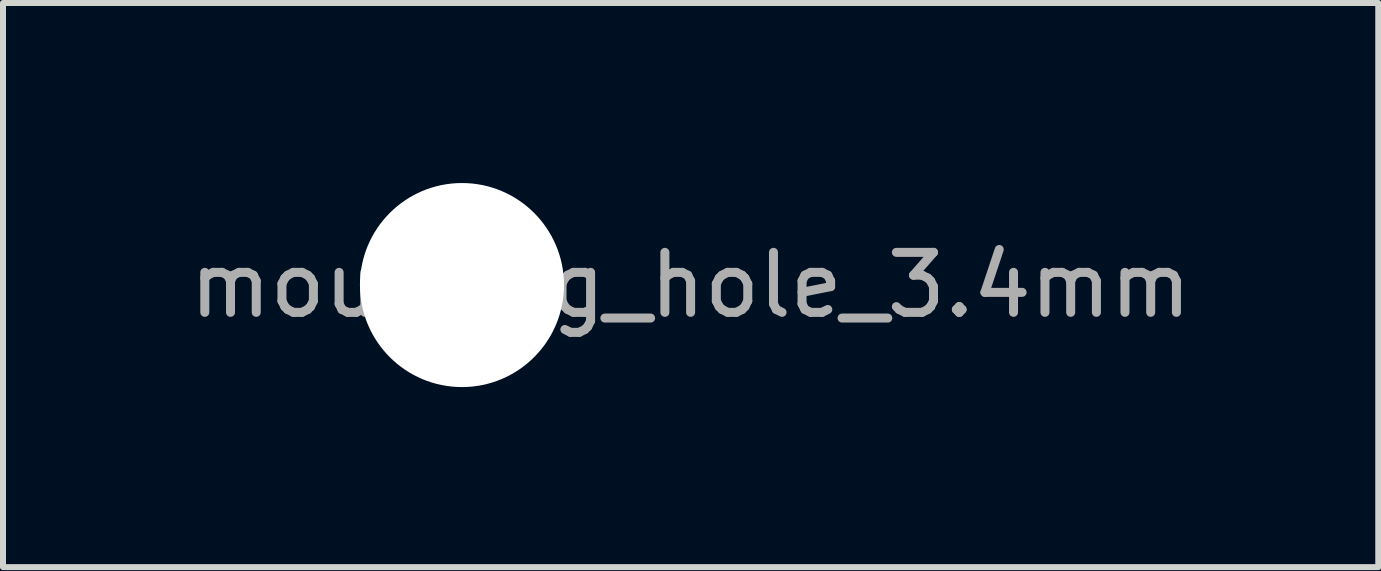
<source format=kicad_pcb>
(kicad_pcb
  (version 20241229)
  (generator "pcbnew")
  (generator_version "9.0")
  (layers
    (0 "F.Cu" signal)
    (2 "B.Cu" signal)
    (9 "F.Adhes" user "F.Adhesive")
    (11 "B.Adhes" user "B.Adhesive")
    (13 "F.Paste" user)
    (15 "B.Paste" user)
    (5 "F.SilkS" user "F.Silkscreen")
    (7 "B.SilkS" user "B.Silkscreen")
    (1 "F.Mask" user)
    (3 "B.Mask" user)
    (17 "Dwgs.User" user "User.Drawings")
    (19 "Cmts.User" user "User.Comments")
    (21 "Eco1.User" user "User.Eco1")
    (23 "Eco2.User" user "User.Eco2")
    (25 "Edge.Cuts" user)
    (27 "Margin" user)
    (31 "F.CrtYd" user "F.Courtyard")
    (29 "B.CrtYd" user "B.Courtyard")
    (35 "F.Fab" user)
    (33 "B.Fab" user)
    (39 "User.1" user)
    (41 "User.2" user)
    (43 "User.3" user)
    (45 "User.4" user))
  (footprint "mounting_hole_3.4mm"
    (layer "F.Cu")
    (at 4.648 1.7)
    (property "Reference" "mounting_hole_3.4mm" (at 3.81 0 0) (layer "F.Fab") (effects (font (size 1 1) (thickness 0.15))))
    (attr through_hole)
    (pad "" np_thru_hole circle (at 0 0) (size 3.4 3.4) (drill 3.4) (layers "*.Cu" "*.Mask")))
  (gr_rect
    (start -3 -3)
    (end 19.917 6.4)
    (stroke (width 0.1) (type default))
    (fill no)
    (layer "Edge.Cuts")))
</source>
